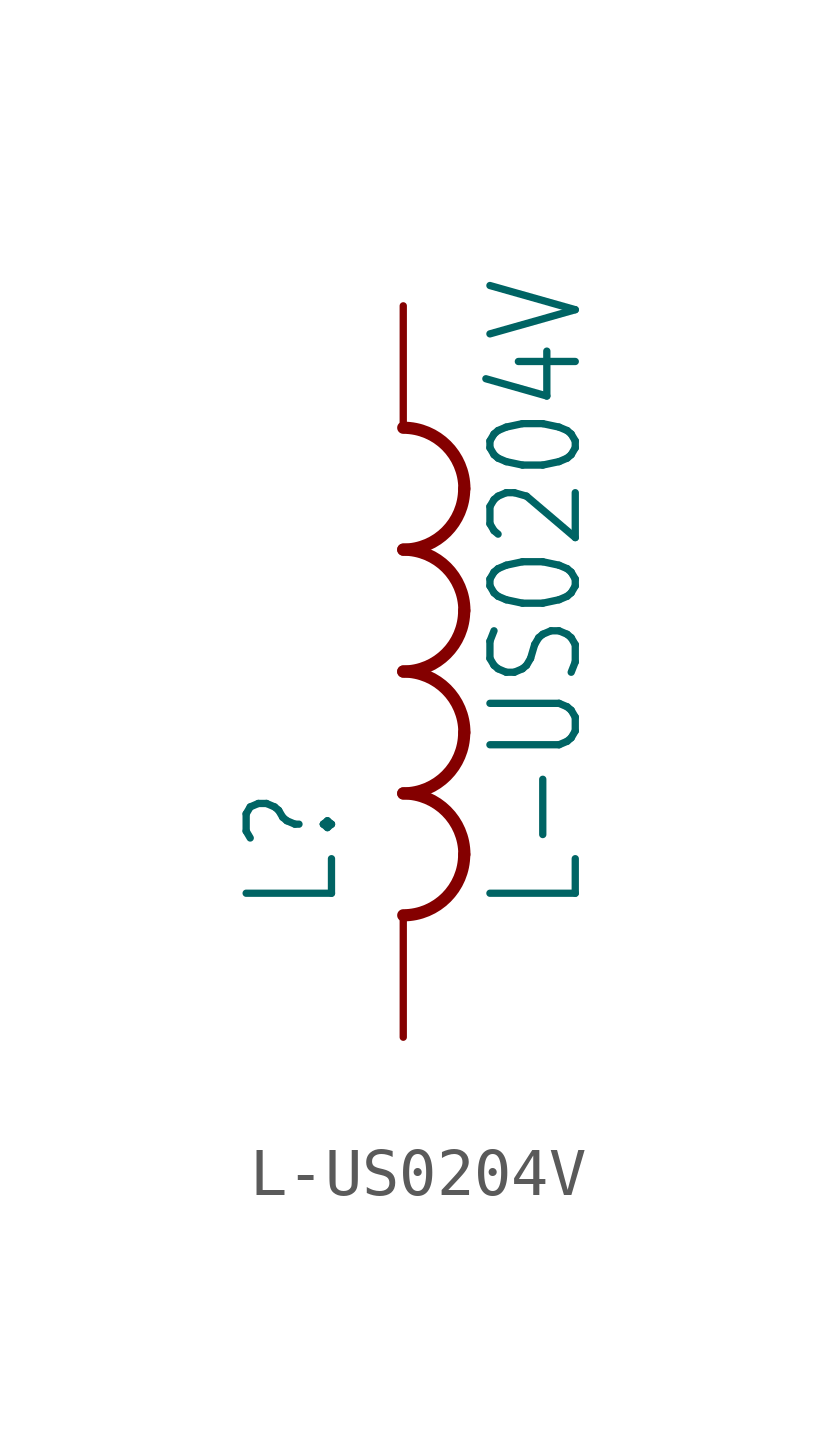
<source format=kicad_sym>
(kicad_symbol_lib
  (version 20211014)
  (generator kicad_symbol_editor)
  (symbol "L-US0204V"
    (property "Reference" "L"
      (at -1.27 -5.08 90)
      (effects (font (size 1.778 1.511)) (justify left bottom)))
    (property "Value" "L-US0204V"
      (at 3.81 -5.08 90)
      (effects (font (size 1.778 1.511)) (justify left bottom)))
    (property "ki_locked" ""
      (at 0 0 0)
      (effects (font (size 1.27 1.27))))
    (symbol "L-US0204V_1_0"
      (arc (start 0 -5.08) (mid 0.898 -4.708) (end 1.27 -3.81) (stroke (width 0.254) (type default) (color 0 0 0 0)) (fill (type none)))
      (arc (start 0 -2.54) (mid 0.898 -2.168) (end 1.27 -1.27) (stroke (width 0.254) (type default) (color 0 0 0 0)) (fill (type none)))
      (arc (start 0 0) (mid 0.898 0.372) (end 1.27 1.27) (stroke (width 0.254) (type default) (color 0 0 0 0)) (fill (type none)))
      (arc (start 0 2.54) (mid 0.898 2.912) (end 1.27 3.81) (stroke (width 0.254) (type default) (color 0 0 0 0)) (fill (type none)))
      (arc (start 1.27 -3.81) (mid 0.898 -2.912) (end 0 -2.54) (stroke (width 0.254) (type default) (color 0 0 0 0)) (fill (type none)))
      (arc (start 1.27 -1.27) (mid 0.898 -0.372) (end 0 0) (stroke (width 0.254) (type default) (color 0 0 0 0)) (fill (type none)))
      (arc (start 1.27 1.27) (mid 0.898 2.168) (end 0 2.54) (stroke (width 0.254) (type default) (color 0 0 0 0)) (fill (type none)))
      (arc (start 1.27 3.81) (mid 0.898 4.708) (end 0 5.08) (stroke (width 0.254) (type default) (color 0 0 0 0)) (fill (type none)))
      (pin passive line (at 0 7.62 270) (length 2.54) (name "1" (effects (font (size 0 0)))) (number "1" (effects (font (size 0 0)))))
      (pin passive line (at 0 -7.62 90) (length 2.54) (name "2" (effects (font (size 0 0)))) (number "2" (effects (font (size 0 0))))))))
</source>
